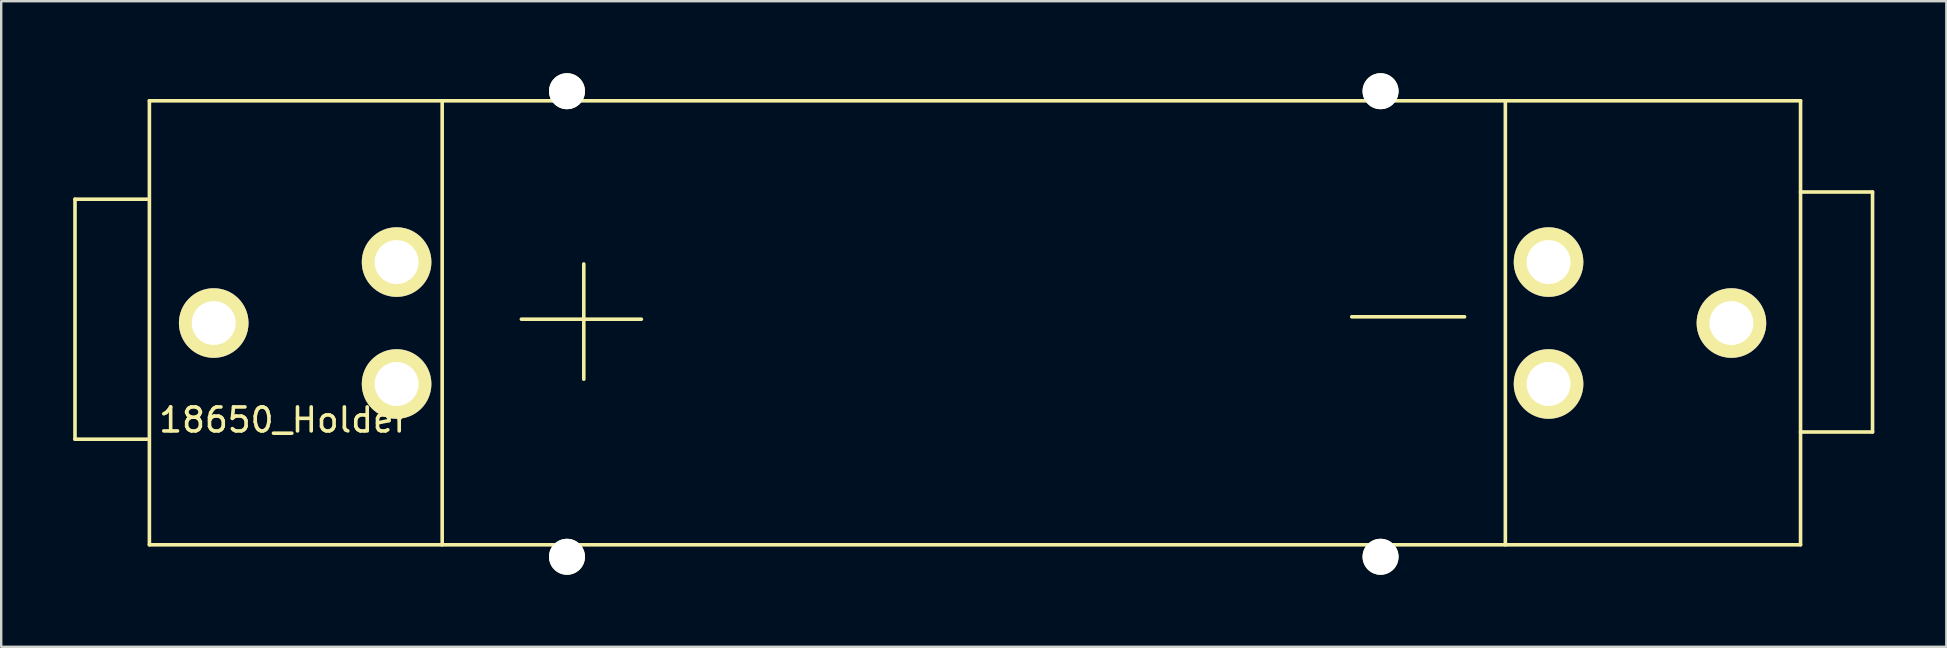
<source format=kicad_pcb>
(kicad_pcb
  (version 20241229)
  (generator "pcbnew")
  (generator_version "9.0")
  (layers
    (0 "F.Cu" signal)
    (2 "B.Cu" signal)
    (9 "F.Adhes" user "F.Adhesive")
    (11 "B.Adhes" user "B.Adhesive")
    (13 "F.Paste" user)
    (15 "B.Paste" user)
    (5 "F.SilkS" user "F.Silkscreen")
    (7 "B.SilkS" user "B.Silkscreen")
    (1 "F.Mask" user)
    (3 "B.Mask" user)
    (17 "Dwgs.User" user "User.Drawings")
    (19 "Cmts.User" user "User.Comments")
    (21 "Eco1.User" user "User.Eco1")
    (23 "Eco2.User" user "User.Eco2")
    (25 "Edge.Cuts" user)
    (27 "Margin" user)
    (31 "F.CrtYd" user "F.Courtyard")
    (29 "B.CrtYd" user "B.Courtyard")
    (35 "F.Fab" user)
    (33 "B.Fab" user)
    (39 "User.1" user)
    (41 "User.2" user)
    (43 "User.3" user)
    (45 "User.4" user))
  (footprint "18650_Holder"
    (layer "F.Cu")
    (at 13.475 12.95)
    (property "Reference" "18650_Holder" (at -4.7 1.5 0) (layer "F.SilkS") (effects (font (size 1 1) (thickness 0.15))))
    (attr through_hole)
    (fp_line (start -13.4 -7.7) (end -10.4 -7.7) (stroke (width 0.15) (type solid)) (layer "F.SilkS"))
    (fp_line (start -13.4 2.3) (end -13.4 -7.7) (stroke (width 0.15) (type solid)) (layer "F.SilkS"))
    (fp_line (start -10.4 2.3) (end -13.4 2.3) (stroke (width 0.15) (type solid)) (layer "F.SilkS"))
    (fp_line (start -10.3 -11.8) (end -10.3 6.7) (stroke (width 0.15) (type solid)) (layer "F.SilkS"))
    (fp_line (start -10.3 6.7) (end 58.5 6.7) (stroke (width 0.15) (type solid)) (layer "F.SilkS"))
    (fp_line (start 1.9 -11.8) (end 1.9 6.7) (stroke (width 0.15) (type solid)) (layer "F.SilkS"))
    (fp_line (start 5.2 -2.7) (end 10.2 -2.7) (stroke (width 0.15) (type solid)) (layer "F.SilkS"))
    (fp_line (start 7.8 -5) (end 7.8 -0.2) (stroke (width 0.15) (type solid)) (layer "F.SilkS"))
    (fp_line (start 44.5 -2.8) (end 39.8 -2.8) (stroke (width 0.15) (type solid)) (layer "F.SilkS"))
    (fp_line (start 46.2 -11.8) (end 46.2 6.7) (stroke (width 0.15) (type solid)) (layer "F.SilkS"))
    (fp_line (start 58.5 -11.8) (end -10.3 -11.8) (stroke (width 0.15) (type solid)) (layer "F.SilkS"))
    (fp_line (start 58.5 2) (end 61.5 2) (stroke (width 0.15) (type solid)) (layer "F.SilkS"))
    (fp_line (start 58.5 6.7) (end 58.5 -11.8) (stroke (width 0.15) (type solid)) (layer "F.SilkS"))
    (fp_line (start 61.5 -8) (end 58.5 -8) (stroke (width 0.15) (type solid)) (layer "F.SilkS"))
    (fp_line (start 61.5 2) (end 61.5 -8) (stroke (width 0.15) (type solid)) (layer "F.SilkS"))
    (pad "" np_thru_hole circle (at 7.1 -12.2) (size 1.5 1.5) (drill 1.5) (layers "*.Cu" "*.Mask" "F.SilkS"))
    (pad "" np_thru_hole circle (at 7.1 7.2) (size 1.5 1.5) (drill 1.5) (layers "*.Cu" "*.Mask" "F.SilkS"))
    (pad "" np_thru_hole circle (at 41 -12.2) (size 1.5 1.5) (drill 1.5) (layers "*.Cu" "*.Mask" "F.SilkS"))
    (pad "" np_thru_hole circle (at 41 7.2) (size 1.5 1.5) (drill 1.5) (layers "*.Cu" "*.Mask" "F.SilkS"))
    (pad "1" thru_hole circle (at -7.62 -2.54) (size 2.9 2.9) (drill 1.83) (layers "*.Cu" "*.Mask" "F.SilkS"))
    (pad "1" thru_hole circle (at 0 -5.08) (size 2.9 2.9) (drill 1.83) (layers "*.Cu" "*.Mask" "F.SilkS"))
    (pad "1" thru_hole circle (at 0 0) (size 2.9 2.9) (drill 1.83) (layers "*.Cu" "*.Mask" "F.SilkS"))
    (pad "2" thru_hole circle (at 48 -5.08) (size 2.9 2.9) (drill 1.83) (layers "*.Cu" "*.Mask" "F.SilkS"))
    (pad "2" thru_hole circle (at 48 0) (size 2.9 2.9) (drill 1.83) (layers "*.Cu" "*.Mask" "F.SilkS"))
    (pad "2" thru_hole circle (at 55.62 -2.54) (size 2.9 2.9) (drill 1.83) (layers "*.Cu" "*.Mask" "F.SilkS")))
  (gr_rect
    (start -3 -3)
    (end 78.05 23.9)
    (stroke (width 0.1) (type default))
    (fill no)
    (layer "Edge.Cuts")))
</source>
